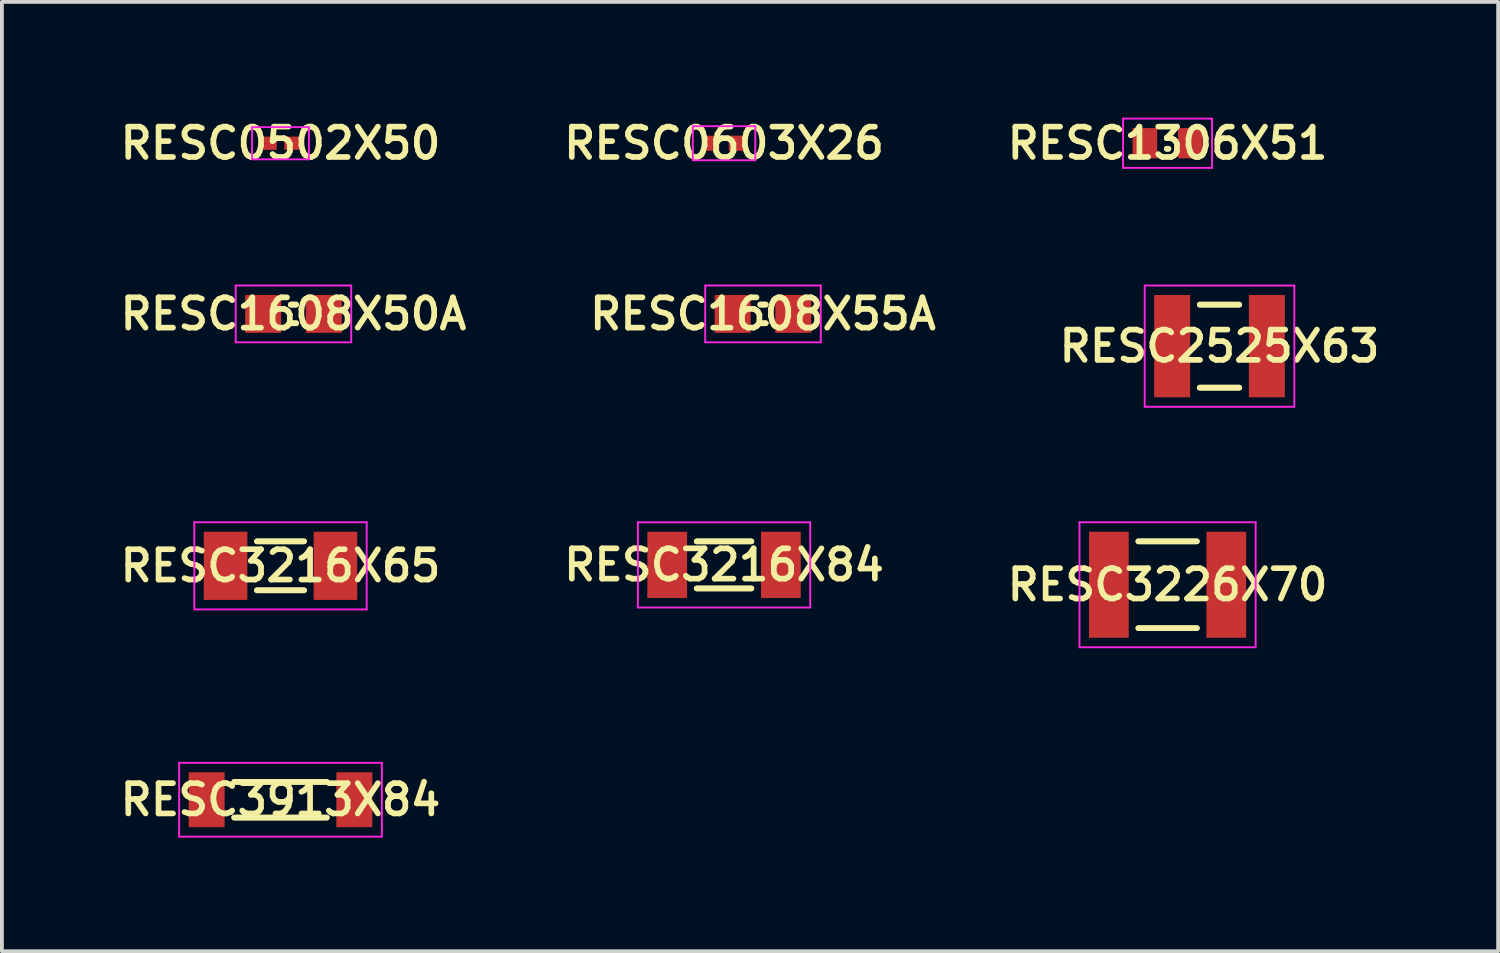
<source format=kicad_pcb>
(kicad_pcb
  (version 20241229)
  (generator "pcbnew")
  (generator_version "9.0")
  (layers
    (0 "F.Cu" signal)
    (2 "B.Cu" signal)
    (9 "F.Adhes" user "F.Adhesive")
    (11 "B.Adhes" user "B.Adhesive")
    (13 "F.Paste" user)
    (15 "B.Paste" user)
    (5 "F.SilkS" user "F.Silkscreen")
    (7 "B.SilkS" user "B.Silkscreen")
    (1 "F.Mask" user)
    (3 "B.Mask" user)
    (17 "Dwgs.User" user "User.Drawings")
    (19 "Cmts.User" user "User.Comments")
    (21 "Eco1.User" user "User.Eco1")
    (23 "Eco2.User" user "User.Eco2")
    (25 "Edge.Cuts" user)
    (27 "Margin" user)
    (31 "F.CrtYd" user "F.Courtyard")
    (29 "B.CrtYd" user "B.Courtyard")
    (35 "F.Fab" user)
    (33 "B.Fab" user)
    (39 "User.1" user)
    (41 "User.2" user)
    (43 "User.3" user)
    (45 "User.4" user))
  (footprint "RESC2525X63"
    (layer "F.Cu")
    (at 29.144 6.088)
    (property "Reference" "RESC2525X63" (at 0 0 0) (layer "F.SilkS") (effects (font (size 0.8 0.8) (thickness 0.15))))
    (attr smd)
    (fp_line (start -0.521 -1.096) (end 0.521 -1.096) (stroke (width 0.15) (type solid)) (layer "F.SilkS"))
    (fp_line (start -0.521 1.096) (end 0.521 1.096) (stroke (width 0.15) (type solid)) (layer "F.SilkS"))
    (fp_line (start 0.521 -1.096) (end -0.521 -1.096) (stroke (width 0.15) (type solid)) (layer "F.SilkS"))
    (fp_line (start 0.521 1.096) (end -0.521 1.096) (stroke (width 0.15) (type solid)) (layer "F.SilkS"))
    (fp_line (start -1.975 -1.6) (end 1.975 -1.6) (stroke (width 0.05) (type solid)) (layer "F.CrtYd"))
    (fp_line (start -1.975 1.6) (end -1.975 -1.6) (stroke (width 0.05) (type solid)) (layer "F.CrtYd"))
    (fp_line (start 1.975 -1.6) (end 1.975 1.6) (stroke (width 0.05) (type solid)) (layer "F.CrtYd"))
    (fp_line (start 1.975 1.6) (end -1.975 1.6) (stroke (width 0.05) (type solid)) (layer "F.CrtYd"))
    (pad "1" smd rect (at -1.25 0) (size 0.95 2.7) (layers "F.Cu" "F.Mask" "F.Paste"))
    (pad "2" smd rect (at 1.25 0) (size 0.95 2.7) (layers "F.Cu" "F.Mask" "F.Paste")))
  (footprint "RESC3226X70"
    (layer "F.Cu")
    (at 27.773 12.387)
    (property "Reference" "RESC3226X70" (at 0 0 0) (layer "F.SilkS") (effects (font (size 0.8 0.8) (thickness 0.15))))
    (attr smd)
    (fp_line (start -0.771 -1.146) (end 0.771 -1.146) (stroke (width 0.15) (type solid)) (layer "F.SilkS"))
    (fp_line (start -0.771 1.146) (end 0.771 1.146) (stroke (width 0.15) (type solid)) (layer "F.SilkS"))
    (fp_line (start 0.771 -1.146) (end -0.771 -1.146) (stroke (width 0.15) (type solid)) (layer "F.SilkS"))
    (fp_line (start 0.771 1.146) (end -0.771 1.146) (stroke (width 0.15) (type solid)) (layer "F.SilkS"))
    (fp_line (start -2.325 -1.65) (end 2.325 -1.65) (stroke (width 0.05) (type solid)) (layer "F.CrtYd"))
    (fp_line (start -2.325 1.65) (end -2.325 -1.65) (stroke (width 0.05) (type solid)) (layer "F.CrtYd"))
    (fp_line (start 2.325 -1.65) (end 2.325 1.65) (stroke (width 0.05) (type solid)) (layer "F.CrtYd"))
    (fp_line (start 2.325 1.65) (end -2.325 1.65) (stroke (width 0.05) (type solid)) (layer "F.CrtYd"))
    (pad "1" smd rect (at -1.55 0) (size 1.05 2.8) (layers "F.Cu" "F.Mask" "F.Paste"))
    (pad "2" smd rect (at 1.55 0) (size 1.05 2.8) (layers "F.Cu" "F.Mask" "F.Paste")))
  (footprint "RESC3216X84"
    (layer "F.Cu")
    (at 16.064 11.863)
    (property "Reference" "RESC3216X84" (at 0 0 0) (layer "F.SilkS") (effects (font (size 0.8 0.8) (thickness 0.15))))
    (attr smd)
    (fp_line (start -0.721 -0.621) (end 0.721 -0.621) (stroke (width 0.15) (type solid)) (layer "F.SilkS"))
    (fp_line (start -0.721 0.621) (end 0.721 0.621) (stroke (width 0.15) (type solid)) (layer "F.SilkS"))
    (fp_line (start 0.721 -0.621) (end -0.721 -0.621) (stroke (width 0.15) (type solid)) (layer "F.SilkS"))
    (fp_line (start 0.721 0.621) (end -0.721 0.621) (stroke (width 0.15) (type solid)) (layer "F.SilkS"))
    (fp_line (start -2.275 -1.125) (end 2.275 -1.125) (stroke (width 0.05) (type solid)) (layer "F.CrtYd"))
    (fp_line (start -2.275 1.125) (end -2.275 -1.125) (stroke (width 0.05) (type solid)) (layer "F.CrtYd"))
    (fp_line (start 2.275 -1.125) (end 2.275 1.125) (stroke (width 0.05) (type solid)) (layer "F.CrtYd"))
    (fp_line (start 2.275 1.125) (end -2.275 1.125) (stroke (width 0.05) (type solid)) (layer "F.CrtYd"))
    (pad "1" smd rect (at -1.5 0) (size 1.05 1.75) (layers "F.Cu" "F.Mask" "F.Paste"))
    (pad "2" smd rect (at 1.5 0) (size 1.05 1.75) (layers "F.Cu" "F.Mask" "F.Paste")))
  (footprint "RESC1306X51"
    (layer "F.Cu")
    (at 27.773 0.731)
    (property "Reference" "RESC1306X51" (at 0 0 0) (layer "F.SilkS") (effects (font (size 0.8 0.8) (thickness 0.15))))
    (attr smd)
    (fp_line (start -0.021 -0.146) (end 0.021 -0.146) (stroke (width 0.15) (type solid)) (layer "F.SilkS"))
    (fp_line (start -0.021 0.146) (end 0.021 0.146) (stroke (width 0.15) (type solid)) (layer "F.SilkS"))
    (fp_line (start 0.021 -0.146) (end -0.021 -0.146) (stroke (width 0.15) (type solid)) (layer "F.SilkS"))
    (fp_line (start 0.021 0.146) (end -0.021 0.146) (stroke (width 0.15) (type solid)) (layer "F.SilkS"))
    (fp_line (start -1.175 -0.65) (end 1.175 -0.65) (stroke (width 0.05) (type solid)) (layer "F.CrtYd"))
    (fp_line (start -1.175 0.65) (end -1.175 -0.65) (stroke (width 0.05) (type solid)) (layer "F.CrtYd"))
    (fp_line (start 1.175 -0.65) (end 1.175 0.65) (stroke (width 0.05) (type solid)) (layer "F.CrtYd"))
    (fp_line (start 1.175 0.65) (end -1.175 0.65) (stroke (width 0.05) (type solid)) (layer "F.CrtYd"))
    (pad "1" smd rect (at -0.6 0) (size 0.65 0.8) (layers "F.Cu" "F.Mask" "F.Paste"))
    (pad "2" smd rect (at 0.6 0) (size 0.65 0.8) (layers "F.Cu" "F.Mask" "F.Paste")))
  (footprint "RESC1608X50A"
    (layer "F.Cu")
    (at 4.697 5.237)
    (property "Reference" "RESC1608X50A" (at 0 0 0) (layer "F.SilkS") (effects (font (size 0.8 0.8) (thickness 0.15))))
    (attr smd)
    (fp_line (start -0.071 -0.246) (end 0.071 -0.246) (stroke (width 0.15) (type solid)) (layer "F.SilkS"))
    (fp_line (start -0.071 0.246) (end 0.071 0.246) (stroke (width 0.15) (type solid)) (layer "F.SilkS"))
    (fp_line (start 0.071 -0.246) (end -0.071 -0.246) (stroke (width 0.15) (type solid)) (layer "F.SilkS"))
    (fp_line (start 0.071 0.246) (end -0.071 0.246) (stroke (width 0.15) (type solid)) (layer "F.SilkS"))
    (fp_line (start -1.525 -0.75) (end 1.525 -0.75) (stroke (width 0.05) (type solid)) (layer "F.CrtYd"))
    (fp_line (start -1.525 0.75) (end -1.525 -0.75) (stroke (width 0.05) (type solid)) (layer "F.CrtYd"))
    (fp_line (start 1.525 -0.75) (end 1.525 0.75) (stroke (width 0.05) (type solid)) (layer "F.CrtYd"))
    (fp_line (start 1.525 0.75) (end -1.525 0.75) (stroke (width 0.05) (type solid)) (layer "F.CrtYd"))
    (pad "1" smd rect (at -0.8 0) (size 0.95 1) (layers "F.Cu" "F.Mask" "F.Paste"))
    (pad "2" smd rect (at 0.8 0) (size 0.95 1) (layers "F.Cu" "F.Mask" "F.Paste")))
  (footprint "RESC3216X65"
    (layer "F.Cu")
    (at 4.355 11.887)
    (property "Reference" "RESC3216X65" (at 0 0 0) (layer "F.SilkS") (effects (font (size 0.8 0.8) (thickness 0.15))))
    (attr smd)
    (fp_line (start -0.621 -0.646) (end 0.621 -0.646) (stroke (width 0.15) (type solid)) (layer "F.SilkS"))
    (fp_line (start -0.621 0.646) (end 0.621 0.646) (stroke (width 0.15) (type solid)) (layer "F.SilkS"))
    (fp_line (start 0.621 -0.646) (end -0.621 -0.646) (stroke (width 0.15) (type solid)) (layer "F.SilkS"))
    (fp_line (start 0.621 0.646) (end -0.621 0.646) (stroke (width 0.15) (type solid)) (layer "F.SilkS"))
    (fp_line (start -2.275 -1.15) (end 2.275 -1.15) (stroke (width 0.05) (type solid)) (layer "F.CrtYd"))
    (fp_line (start -2.275 1.15) (end -2.275 -1.15) (stroke (width 0.05) (type solid)) (layer "F.CrtYd"))
    (fp_line (start 2.275 -1.15) (end 2.275 1.15) (stroke (width 0.05) (type solid)) (layer "F.CrtYd"))
    (fp_line (start 2.275 1.15) (end -2.275 1.15) (stroke (width 0.05) (type solid)) (layer "F.CrtYd"))
    (pad "1" smd rect (at -1.45 0) (size 1.15 1.8) (layers "F.Cu" "F.Mask" "F.Paste"))
    (pad "2" smd rect (at 1.45 0) (size 1.15 1.8) (layers "F.Cu" "F.Mask" "F.Paste")))
  (footprint "RESC0502X50"
    (layer "F.Cu")
    (at 4.355 0.731)
    (property "Reference" "RESC0502X50" (at 0 0 0) (layer "F.SilkS") (effects (font (size 0.8 0.8) (thickness 0.15))))
    (attr smd)
    (fp_line (start -0.75 -0.425) (end 0.75 -0.425) (stroke (width 0.05) (type solid)) (layer "F.CrtYd"))
    (fp_line (start -0.75 0.425) (end -0.75 -0.425) (stroke (width 0.05) (type solid)) (layer "F.CrtYd"))
    (fp_line (start 0.75 -0.425) (end 0.75 0.425) (stroke (width 0.05) (type solid)) (layer "F.CrtYd"))
    (fp_line (start 0.75 0.425) (end -0.75 0.425) (stroke (width 0.05) (type solid)) (layer "F.CrtYd"))
    (pad "1" smd rect (at -0.3 0) (size 0.4 0.35) (layers "F.Cu" "F.Mask" "F.Paste"))
    (pad "2" smd rect (at 0.3 0) (size 0.4 0.35) (layers "F.Cu" "F.Mask" "F.Paste")))
  (footprint "RESC0603X26"
    (layer "F.Cu")
    (at 16.064 0.731)
    (property "Reference" "RESC0603X26" (at 0 0 0) (layer "F.SilkS") (effects (font (size 0.8 0.8) (thickness 0.15))))
    (attr smd)
    (fp_line (start -0.825 -0.45) (end 0.825 -0.45) (stroke (width 0.05) (type solid)) (layer "F.CrtYd"))
    (fp_line (start -0.825 0.45) (end -0.825 -0.45) (stroke (width 0.05) (type solid)) (layer "F.CrtYd"))
    (fp_line (start 0.825 -0.45) (end 0.825 0.45) (stroke (width 0.05) (type solid)) (layer "F.CrtYd"))
    (fp_line (start 0.825 0.45) (end -0.825 0.45) (stroke (width 0.05) (type solid)) (layer "F.CrtYd"))
    (pad "1" smd rect (at -0.35 0) (size 0.45 0.4) (layers "F.Cu" "F.Mask" "F.Paste"))
    (pad "2" smd rect (at 0.35 0) (size 0.45 0.4) (layers "F.Cu" "F.Mask" "F.Paste")))
  (footprint "RESC1608X55A"
    (layer "F.Cu")
    (at 17.092 5.237)
    (property "Reference" "RESC1608X55A" (at 0 0 0) (layer "F.SilkS") (effects (font (size 0.8 0.8) (thickness 0.15))))
    (attr smd)
    (fp_line (start -0.071 -0.246) (end 0.071 -0.246) (stroke (width 0.15) (type solid)) (layer "F.SilkS"))
    (fp_line (start -0.071 0.246) (end 0.071 0.246) (stroke (width 0.15) (type solid)) (layer "F.SilkS"))
    (fp_line (start 0.071 -0.246) (end -0.071 -0.246) (stroke (width 0.15) (type solid)) (layer "F.SilkS"))
    (fp_line (start 0.071 0.246) (end -0.071 0.246) (stroke (width 0.15) (type solid)) (layer "F.SilkS"))
    (fp_line (start -1.525 -0.75) (end 1.525 -0.75) (stroke (width 0.05) (type solid)) (layer "F.CrtYd"))
    (fp_line (start -1.525 0.75) (end -1.525 -0.75) (stroke (width 0.05) (type solid)) (layer "F.CrtYd"))
    (fp_line (start 1.525 -0.75) (end 1.525 0.75) (stroke (width 0.05) (type solid)) (layer "F.CrtYd"))
    (fp_line (start 1.525 0.75) (end -1.525 0.75) (stroke (width 0.05) (type solid)) (layer "F.CrtYd"))
    (pad "1" smd rect (at -0.8 0) (size 0.95 1) (layers "F.Cu" "F.Mask" "F.Paste"))
    (pad "2" smd rect (at 0.8 0) (size 0.95 1) (layers "F.Cu" "F.Mask" "F.Paste")))
  (footprint "RESC3913X84"
    (layer "F.Cu")
    (at 4.355 18.062)
    (property "Reference" "RESC3913X84" (at 0 0 0) (layer "F.SilkS") (effects (font (size 0.8 0.8) (thickness 0.15))))
    (attr smd)
    (fp_line (start -1.221 -0.471) (end 1.221 -0.471) (stroke (width 0.15) (type solid)) (layer "F.SilkS"))
    (fp_line (start -1.221 0.471) (end 1.221 0.471) (stroke (width 0.15) (type solid)) (layer "F.SilkS"))
    (fp_line (start 1.221 -0.471) (end -1.221 -0.471) (stroke (width 0.15) (type solid)) (layer "F.SilkS"))
    (fp_line (start 1.221 0.471) (end -1.221 0.471) (stroke (width 0.15) (type solid)) (layer "F.SilkS"))
    (fp_line (start -2.675 -0.975) (end 2.675 -0.975) (stroke (width 0.05) (type solid)) (layer "F.CrtYd"))
    (fp_line (start -2.675 0.975) (end -2.675 -0.975) (stroke (width 0.05) (type solid)) (layer "F.CrtYd"))
    (fp_line (start 2.675 -0.975) (end 2.675 0.975) (stroke (width 0.05) (type solid)) (layer "F.CrtYd"))
    (fp_line (start 2.675 0.975) (end -2.675 0.975) (stroke (width 0.05) (type solid)) (layer "F.CrtYd"))
    (pad "1" smd rect (at -1.95 0) (size 0.95 1.45) (layers "F.Cu" "F.Mask" "F.Paste"))
    (pad "2" smd rect (at 1.95 0) (size 0.95 1.45) (layers "F.Cu" "F.Mask" "F.Paste")))
  (gr_rect
    (start -3 -3)
    (end 36.499 22.062)
    (stroke (width 0.1) (type default))
    (fill no)
    (layer "Edge.Cuts")))
</source>
